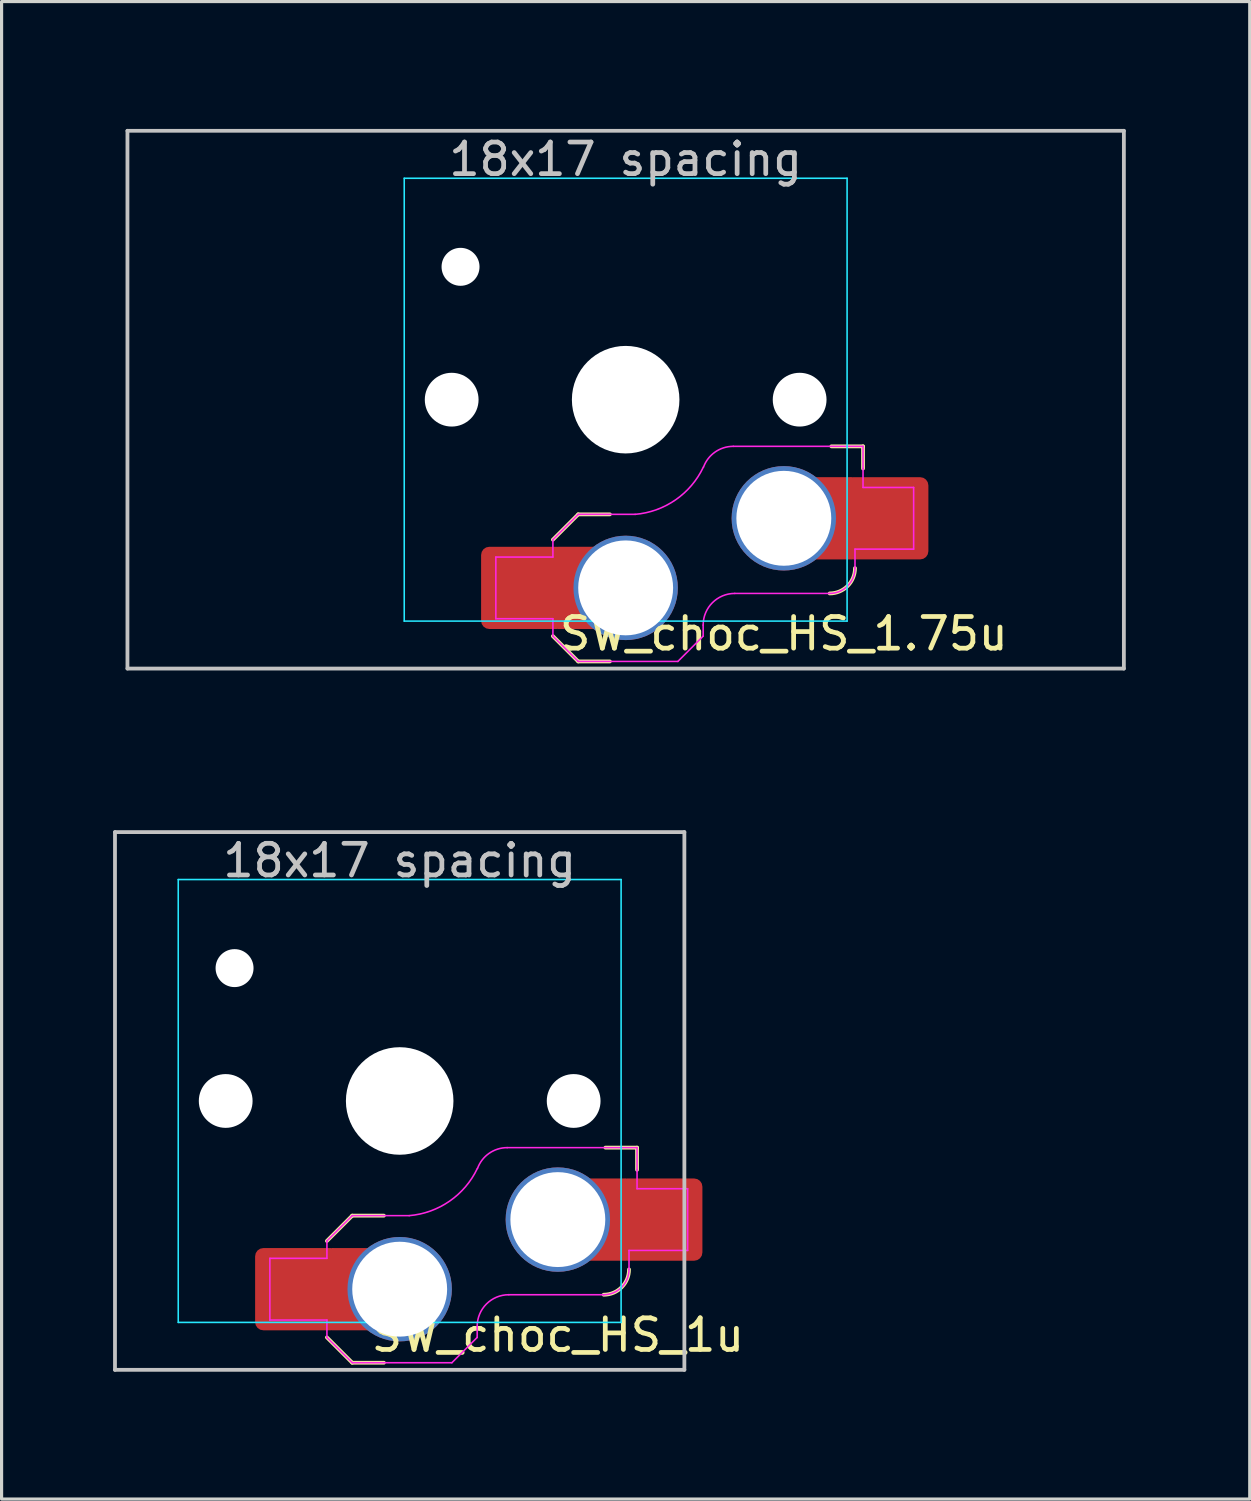
<source format=kicad_pcb>
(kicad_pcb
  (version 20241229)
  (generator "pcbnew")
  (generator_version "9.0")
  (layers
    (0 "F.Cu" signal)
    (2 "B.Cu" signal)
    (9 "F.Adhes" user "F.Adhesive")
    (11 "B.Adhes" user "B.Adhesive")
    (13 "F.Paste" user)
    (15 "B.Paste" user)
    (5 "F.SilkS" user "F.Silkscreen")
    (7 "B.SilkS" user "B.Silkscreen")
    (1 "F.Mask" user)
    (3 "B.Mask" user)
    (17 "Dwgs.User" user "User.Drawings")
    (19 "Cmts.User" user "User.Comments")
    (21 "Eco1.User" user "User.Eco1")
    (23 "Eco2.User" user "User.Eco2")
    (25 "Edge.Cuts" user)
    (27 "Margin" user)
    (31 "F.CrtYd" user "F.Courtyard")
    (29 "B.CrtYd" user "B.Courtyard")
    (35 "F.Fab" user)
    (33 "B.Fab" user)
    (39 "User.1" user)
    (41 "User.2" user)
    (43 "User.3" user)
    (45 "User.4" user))
  (footprint "SW_choc_HS_1u"
    (layer "F.Cu")
    (at 9.585 31.755)
    (property "Reference" "SW_choc_HS_1u" (at 5 7.4 180) (layer "F.SilkS") (effects (font (size 1 1) (thickness 0.15))))
    (attr smd)
    (fp_line (start -2.3 7.475) (end -1.5 8.275) (stroke (width 0.12) (type solid)) (layer "F.SilkS"))
    (fp_line (start -1.5 3.625) (end -2.3 4.425) (stroke (width 0.12) (type solid)) (layer "F.SilkS"))
    (fp_line (start -1.5 3.625) (end -0.5 3.625) (stroke (width 0.12) (type solid)) (layer "F.SilkS"))
    (fp_line (start -1.5 8.275) (end -0.5 8.275) (stroke (width 0.12) (type solid)) (layer "F.SilkS"))
    (fp_line (start 7.504 1.475) (end 6.504 1.475) (stroke (width 0.12) (type solid)) (layer "F.SilkS"))
    (fp_line (start 7.504 1.475) (end 7.504 2.175) (stroke (width 0.12) (type solid)) (layer "F.SilkS"))
    (fp_arc (start 7.25 5.325) (mid 7.015685 5.890685) (end 6.45 6.125) (stroke (width 0.12) (type solid)) (layer "F.SilkS"))
    (fp_line (start -9 -8.5) (end -9 8.5) (stroke (width 0.12) (type solid)) (layer "Dwgs.User"))
    (fp_line (start -9 8.5) (end 9 8.5) (stroke (width 0.12) (type solid)) (layer "Dwgs.User"))
    (fp_line (start 9 -8.5) (end -9 -8.5) (stroke (width 0.12) (type solid)) (layer "Dwgs.User"))
    (fp_line (start 9 8.5) (end 9 -8.5) (stroke (width 0.12) (type solid)) (layer "Dwgs.User"))
    (fp_line (start -9.525 -9.525) (end 9.525 -9.525) (stroke (width 0.12) (type solid)) (layer "Eco1.User"))
    (fp_line (start -9.525 9.525) (end -9.525 -9.525) (stroke (width 0.12) (type solid)) (layer "Eco1.User"))
    (fp_line (start 9.525 -9.525) (end 9.525 9.525) (stroke (width 0.12) (type solid)) (layer "Eco1.User"))
    (fp_line (start 9.525 9.525) (end -9.525 9.525) (stroke (width 0.12) (type solid)) (layer "Eco1.User"))
    (fp_line (start -6.95 -6.45) (end -6.95 6.45) (stroke (width 0.05) (type solid)) (layer "Eco2.User"))
    (fp_line (start -6.45 6.95) (end 6.45 6.95) (stroke (width 0.05) (type solid)) (layer "Eco2.User"))
    (fp_line (start 6.45 -6.95) (end -6.45 -6.95) (stroke (width 0.05) (type solid)) (layer "Eco2.User"))
    (fp_line (start 6.95 6.45) (end 6.95 -6.45) (stroke (width 0.05) (type solid)) (layer "Eco2.User"))
    (fp_arc (start -6.95 -6.45) (mid -6.803553 -6.803553) (end -6.45 -6.95) (stroke (width 0.05) (type solid)) (layer "Eco2.User"))
    (fp_arc (start -6.45 6.95) (mid -6.803553 6.803553) (end -6.95 6.45) (stroke (width 0.05) (type solid)) (layer "Eco2.User"))
    (fp_arc (start 6.45 -6.95) (mid 6.803553 -6.803553) (end 6.95 -6.45) (stroke (width 0.05) (type solid)) (layer "Eco2.User"))
    (fp_arc (start 6.95 6.45) (mid 6.803553 6.803553) (end 6.45 6.95) (stroke (width 0.05) (type solid)) (layer "Eco2.User"))
    (fp_line (start -7 -7) (end -7 7) (stroke (width 0.05) (type solid)) (layer "B.CrtYd"))
    (fp_line (start -7 7) (end 7 7) (stroke (width 0.05) (type solid)) (layer "B.CrtYd"))
    (fp_line (start 7 -7) (end -7 -7) (stroke (width 0.05) (type solid)) (layer "B.CrtYd"))
    (fp_line (start 7 7) (end 7 -7) (stroke (width 0.05) (type solid)) (layer "B.CrtYd"))
    (fp_line (start -4.104 4.975) (end -4.104 6.925) (stroke (width 0.05) (type solid)) (layer "F.CrtYd"))
    (fp_line (start -4.104 4.975) (end -2.3 4.975) (stroke (width 0.05) (type solid)) (layer "F.CrtYd"))
    (fp_line (start -4.104 6.925) (end -2.3 6.925) (stroke (width 0.05) (type solid)) (layer "F.CrtYd"))
    (fp_line (start -2.3 4.975) (end -2.3 4.425) (stroke (width 0.05) (type solid)) (layer "F.CrtYd"))
    (fp_line (start -2.3 7.475) (end -2.3 6.925) (stroke (width 0.05) (type solid)) (layer "F.CrtYd"))
    (fp_line (start -2.3 7.475) (end -1.5 8.275) (stroke (width 0.05) (type solid)) (layer "F.CrtYd"))
    (fp_line (start -1.5 3.625) (end -2.3 4.425) (stroke (width 0.05) (type solid)) (layer "F.CrtYd"))
    (fp_line (start -1.5 3.625) (end 0.3 3.625) (stroke (width 0.05) (type solid)) (layer "F.CrtYd"))
    (fp_line (start -1.5 8.275) (end 1.65 8.275) (stroke (width 0.05) (type solid)) (layer "F.CrtYd"))
    (fp_line (start 2.45 7.475) (end 1.65 8.275) (stroke (width 0.05) (type solid)) (layer "F.CrtYd"))
    (fp_line (start 2.45 7.475) (end 2.45 7.125) (stroke (width 0.05) (type solid)) (layer "F.CrtYd"))
    (fp_line (start 3.45 6.125) (end 6.45 6.125) (stroke (width 0.05) (type solid)) (layer "F.CrtYd"))
    (fp_line (start 7.25 4.725) (end 9.104 4.725) (stroke (width 0.05) (type solid)) (layer "F.CrtYd"))
    (fp_line (start 7.25 5.325) (end 7.25 4.725) (stroke (width 0.05) (type solid)) (layer "F.CrtYd"))
    (fp_line (start 7.504 1.475) (end 3.4 1.475) (stroke (width 0.05) (type solid)) (layer "F.CrtYd"))
    (fp_line (start 7.504 1.475) (end 7.504 2.175) (stroke (width 0.05) (type solid)) (layer "F.CrtYd"))
    (fp_line (start 7.504 2.175) (end 7.504 2.775) (stroke (width 0.05) (type solid)) (layer "F.CrtYd"))
    (fp_line (start 9.104 2.775) (end 7.504 2.775) (stroke (width 0.05) (type solid)) (layer "F.CrtYd"))
    (fp_line (start 9.104 4.725) (end 9.104 2.775) (stroke (width 0.05) (type solid)) (layer "F.CrtYd"))
    (fp_arc (start 2.45 7.125) (mid 2.742893 6.417893) (end 3.45 6.125) (stroke (width 0.05) (type solid)) (layer "F.CrtYd"))
    (fp_arc (start 2.455444 2.13293) (mid 1.577272 3.167235) (end 0.299999 3.624999) (stroke (width 0.05) (type solid)) (layer "F.CrtYd"))
    (fp_arc (start 2.460307 2.13298) (mid 2.826423 1.655848) (end 3.4 1.475) (stroke (width 0.05) (type solid)) (layer "F.CrtYd"))
    (fp_arc (start 7.25 5.325) (mid 7.015685 5.890685) (end 6.45 6.125) (stroke (width 0.05) (type solid)) (layer "F.CrtYd"))
    (fp_text user "18x17 spacing" (at 0 -7.6 180) (layer "Dwgs.User") (effects (font (size 1 1) (thickness 0.15))))
    (fp_text user "19.05 spacing" (at 0 -8.7 180) (layer "Eco1.User") (effects (font (size 1 1) (thickness 0.15))))
    (pad "" np_thru_hole circle (at -5.5 0 180) (size 1.7 1.7) (drill 1.7) (layers "*.Cu" "*.Mask"))
    (pad "" np_thru_hole circle (at -5.22 -4.2 180) (size 1.2 1.2) (drill 1.2) (layers "*.Cu" "*.Mask"))
    (pad "" np_thru_hole circle (at 0 0 180) (size 3.4 3.4) (drill 3.4) (layers "*.Cu" "*.Mask"))
    (pad "" np_thru_hole circle (at 5.5 0 180) (size 1.7 1.7) (drill 1.7) (layers "*.Cu" "*.Mask"))
    (pad "1" thru_hole circle (at 5 3.75) (size 3.3 3.3) (drill 3) (layers "*.Cu" "F.Mask"))
    (pad "1" smd rect (at 6.55 3.75) (size 1.2 2.6) (layers "F.Cu"))
    (pad "1" smd roundrect (at 8.245 3.75) (size 2.65 2.6) (layers "F.Cu" "F.Mask" "F.Paste") (roundrect_rratio 0.1))
    (pad "2" smd roundrect (at -3.245 5.95) (size 2.65 2.6) (layers "F.Cu" "F.Mask" "F.Paste") (roundrect_rratio 0.1))
    (pad "2" smd rect (at -1.55 5.95 180) (size 1.2 2.6) (layers "F.Cu"))
    (pad "2" thru_hole circle (at 0 5.95) (size 3.3 3.3) (drill 3) (layers "*.Cu" "F.Mask")))
  (footprint "SW_choc_HS_1.75u"
    (layer "F.Cu")
    (at 16.729 9.585)
    (property "Reference" "SW_choc_HS_1.75u" (at 5 7.4 180) (layer "F.SilkS") (effects (font (size 1 1) (thickness 0.15))))
    (attr smd)
    (fp_line (start -2.3 7.475) (end -1.5 8.275) (stroke (width 0.12) (type solid)) (layer "F.SilkS"))
    (fp_line (start -1.5 3.625) (end -2.3 4.425) (stroke (width 0.12) (type solid)) (layer "F.SilkS"))
    (fp_line (start -1.5 3.625) (end -0.5 3.625) (stroke (width 0.12) (type solid)) (layer "F.SilkS"))
    (fp_line (start -1.5 8.275) (end -0.5 8.275) (stroke (width 0.12) (type solid)) (layer "F.SilkS"))
    (fp_line (start 7.504 1.475) (end 6.504 1.475) (stroke (width 0.12) (type solid)) (layer "F.SilkS"))
    (fp_line (start 7.504 1.475) (end 7.504 2.175) (stroke (width 0.12) (type solid)) (layer "F.SilkS"))
    (fp_arc (start 7.25 5.325) (mid 7.015685 5.890685) (end 6.45 6.125) (stroke (width 0.12) (type solid)) (layer "F.SilkS"))
    (fp_line (start -15.75 -8.5) (end -15.75 8.5) (stroke (width 0.12) (type solid)) (layer "Dwgs.User"))
    (fp_line (start -15.75 8.5) (end 15.75 8.5) (stroke (width 0.12) (type solid)) (layer "Dwgs.User"))
    (fp_line (start 15.75 -8.5) (end -15.75 -8.5) (stroke (width 0.12) (type solid)) (layer "Dwgs.User"))
    (fp_line (start 15.75 8.5) (end 15.75 -8.5) (stroke (width 0.12) (type solid)) (layer "Dwgs.User"))
    (fp_line (start -16.669 -9.525) (end 16.669 -9.525) (stroke (width 0.12) (type solid)) (layer "Eco1.User"))
    (fp_line (start -16.669 9.525) (end -16.669 -9.525) (stroke (width 0.12) (type solid)) (layer "Eco1.User"))
    (fp_line (start 16.669 -9.525) (end 16.669 9.525) (stroke (width 0.12) (type solid)) (layer "Eco1.User"))
    (fp_line (start 16.669 9.525) (end -16.669 9.525) (stroke (width 0.12) (type solid)) (layer "Eco1.User"))
    (fp_line (start -6.95 -6.45) (end -6.95 6.45) (stroke (width 0.05) (type solid)) (layer "Eco2.User"))
    (fp_line (start -6.45 6.95) (end 6.45 6.95) (stroke (width 0.05) (type solid)) (layer "Eco2.User"))
    (fp_line (start 6.45 -6.95) (end -6.45 -6.95) (stroke (width 0.05) (type solid)) (layer "Eco2.User"))
    (fp_line (start 6.95 6.45) (end 6.95 -6.45) (stroke (width 0.05) (type solid)) (layer "Eco2.User"))
    (fp_arc (start -6.95 -6.45) (mid -6.803553 -6.803553) (end -6.45 -6.95) (stroke (width 0.05) (type solid)) (layer "Eco2.User"))
    (fp_arc (start -6.45 6.95) (mid -6.803553 6.803553) (end -6.95 6.45) (stroke (width 0.05) (type solid)) (layer "Eco2.User"))
    (fp_arc (start 6.45 -6.95) (mid 6.803553 -6.803553) (end 6.95 -6.45) (stroke (width 0.05) (type solid)) (layer "Eco2.User"))
    (fp_arc (start 6.95 6.45) (mid 6.803553 6.803553) (end 6.45 6.95) (stroke (width 0.05) (type solid)) (layer "Eco2.User"))
    (fp_line (start -7 -7) (end -7 7) (stroke (width 0.05) (type solid)) (layer "B.CrtYd"))
    (fp_line (start -7 7) (end 7 7) (stroke (width 0.05) (type solid)) (layer "B.CrtYd"))
    (fp_line (start 7 -7) (end -7 -7) (stroke (width 0.05) (type solid)) (layer "B.CrtYd"))
    (fp_line (start 7 7) (end 7 -7) (stroke (width 0.05) (type solid)) (layer "B.CrtYd"))
    (fp_line (start -4.104 4.975) (end -4.104 6.925) (stroke (width 0.05) (type solid)) (layer "F.CrtYd"))
    (fp_line (start -4.104 4.975) (end -2.3 4.975) (stroke (width 0.05) (type solid)) (layer "F.CrtYd"))
    (fp_line (start -4.104 6.925) (end -2.3 6.925) (stroke (width 0.05) (type solid)) (layer "F.CrtYd"))
    (fp_line (start -2.3 4.975) (end -2.3 4.425) (stroke (width 0.05) (type solid)) (layer "F.CrtYd"))
    (fp_line (start -2.3 7.475) (end -2.3 6.925) (stroke (width 0.05) (type solid)) (layer "F.CrtYd"))
    (fp_line (start -2.3 7.475) (end -1.5 8.275) (stroke (width 0.05) (type solid)) (layer "F.CrtYd"))
    (fp_line (start -1.5 3.625) (end -2.3 4.425) (stroke (width 0.05) (type solid)) (layer "F.CrtYd"))
    (fp_line (start -1.5 3.625) (end 0.3 3.625) (stroke (width 0.05) (type solid)) (layer "F.CrtYd"))
    (fp_line (start -1.5 8.275) (end 1.65 8.275) (stroke (width 0.05) (type solid)) (layer "F.CrtYd"))
    (fp_line (start 2.45 7.475) (end 1.65 8.275) (stroke (width 0.05) (type solid)) (layer "F.CrtYd"))
    (fp_line (start 2.45 7.475) (end 2.45 7.125) (stroke (width 0.05) (type solid)) (layer "F.CrtYd"))
    (fp_line (start 3.45 6.125) (end 6.45 6.125) (stroke (width 0.05) (type solid)) (layer "F.CrtYd"))
    (fp_line (start 7.25 4.725) (end 9.104 4.725) (stroke (width 0.05) (type solid)) (layer "F.CrtYd"))
    (fp_line (start 7.25 5.325) (end 7.25 4.725) (stroke (width 0.05) (type solid)) (layer "F.CrtYd"))
    (fp_line (start 7.504 1.475) (end 3.4 1.475) (stroke (width 0.05) (type solid)) (layer "F.CrtYd"))
    (fp_line (start 7.504 1.475) (end 7.504 2.175) (stroke (width 0.05) (type solid)) (layer "F.CrtYd"))
    (fp_line (start 7.504 2.175) (end 7.504 2.775) (stroke (width 0.05) (type solid)) (layer "F.CrtYd"))
    (fp_line (start 9.104 2.775) (end 7.504 2.775) (stroke (width 0.05) (type solid)) (layer "F.CrtYd"))
    (fp_line (start 9.104 4.725) (end 9.104 2.775) (stroke (width 0.05) (type solid)) (layer "F.CrtYd"))
    (fp_arc (start 2.45 7.125) (mid 2.742893 6.417893) (end 3.45 6.125) (stroke (width 0.05) (type solid)) (layer "F.CrtYd"))
    (fp_arc (start 2.455444 2.13293) (mid 1.577272 3.167235) (end 0.299999 3.624999) (stroke (width 0.05) (type solid)) (layer "F.CrtYd"))
    (fp_arc (start 2.460307 2.13298) (mid 2.826423 1.655848) (end 3.4 1.475) (stroke (width 0.05) (type solid)) (layer "F.CrtYd"))
    (fp_arc (start 7.25 5.325) (mid 7.015685 5.890685) (end 6.45 6.125) (stroke (width 0.05) (type solid)) (layer "F.CrtYd"))
    (fp_text user "18x17 spacing" (at 0 -7.6 180) (layer "Dwgs.User") (effects (font (size 1 1) (thickness 0.15))))
    (fp_text user "19.05 spacing" (at 0 -8.7 180) (layer "Eco1.User") (effects (font (size 1 1) (thickness 0.15))))
    (pad "" np_thru_hole circle (at -5.5 0 180) (size 1.7 1.7) (drill 1.7) (layers "*.Cu" "*.Mask"))
    (pad "" np_thru_hole circle (at -5.22 -4.2 180) (size 1.2 1.2) (drill 1.2) (layers "*.Cu" "*.Mask"))
    (pad "" np_thru_hole circle (at 0 0 180) (size 3.4 3.4) (drill 3.4) (layers "*.Cu" "*.Mask"))
    (pad "" np_thru_hole circle (at 5.5 0 180) (size 1.7 1.7) (drill 1.7) (layers "*.Cu" "*.Mask"))
    (pad "1" thru_hole circle (at 5 3.75) (size 3.3 3.3) (drill 3) (layers "*.Cu" "F.Mask"))
    (pad "1" smd rect (at 6.55 3.75) (size 1.2 2.6) (layers "F.Cu"))
    (pad "1" smd roundrect (at 8.245 3.75) (size 2.65 2.6) (layers "F.Cu" "F.Mask" "F.Paste") (roundrect_rratio 0.1))
    (pad "2" smd roundrect (at -3.245 5.95) (size 2.65 2.6) (layers "F.Cu" "F.Mask" "F.Paste") (roundrect_rratio 0.1))
    (pad "2" smd rect (at -1.55 5.95 180) (size 1.2 2.6) (layers "F.Cu"))
    (pad "2" thru_hole circle (at 0 5.95) (size 3.3 3.3) (drill 3) (layers "*.Cu" "F.Mask")))
  (gr_rect
    (start -3 -3)
    (end 36.458 44.34)
    (stroke (width 0.1) (type default))
    (fill no)
    (layer "Edge.Cuts")))
</source>
